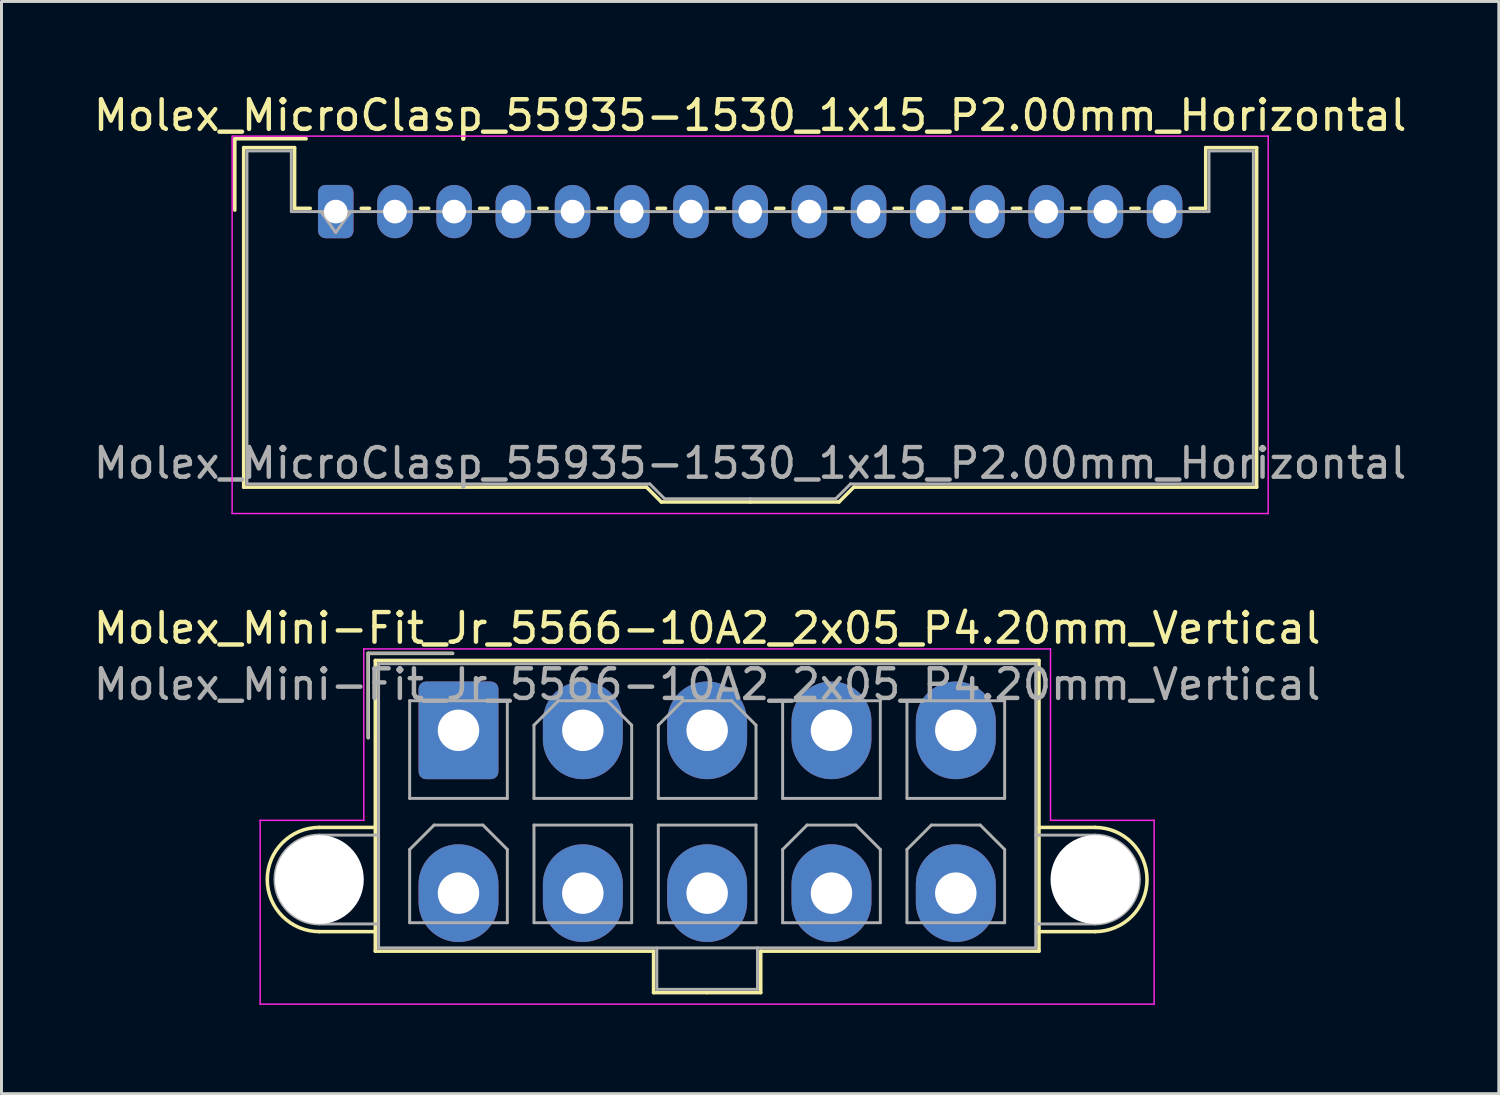
<source format=kicad_pcb>
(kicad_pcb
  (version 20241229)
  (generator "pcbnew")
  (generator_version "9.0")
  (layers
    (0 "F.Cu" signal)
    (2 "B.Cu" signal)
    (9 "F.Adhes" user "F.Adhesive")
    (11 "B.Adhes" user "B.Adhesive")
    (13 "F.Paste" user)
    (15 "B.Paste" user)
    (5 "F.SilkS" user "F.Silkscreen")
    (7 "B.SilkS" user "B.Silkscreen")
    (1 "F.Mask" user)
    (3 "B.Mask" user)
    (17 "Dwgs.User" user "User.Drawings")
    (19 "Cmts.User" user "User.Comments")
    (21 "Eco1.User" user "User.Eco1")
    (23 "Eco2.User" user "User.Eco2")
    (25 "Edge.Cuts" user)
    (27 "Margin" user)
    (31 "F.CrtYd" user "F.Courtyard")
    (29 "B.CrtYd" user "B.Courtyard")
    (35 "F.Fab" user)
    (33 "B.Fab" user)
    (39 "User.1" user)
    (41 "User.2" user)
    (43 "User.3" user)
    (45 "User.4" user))
  (footprint "Molex_Mini-Fit_Jr_5566-10A2_2x05_P4.20mm_Vertical"
    (layer "F.Cu")
    (at 12.439 21.622)
    (property "Reference" "Molex_Mini-Fit_Jr_5566-10A2_2x05_P4.20mm_Vertical" (at 8.4 -3.45 0) (layer "F.SilkS") (effects (font (size 1 1) (thickness 0.15))))
    (attr through_hole)
    (fp_line (start -4.7 3.28) (end -2.81 3.28) (stroke (width 0.12) (type solid)) (layer "F.SilkS"))
    (fp_line (start -4.7 6.8) (end -2.81 6.8) (stroke (width 0.12) (type solid)) (layer "F.SilkS"))
    (fp_line (start -3.05 -2.6) (end -3.05 0.25) (stroke (width 0.12) (type solid)) (layer "F.SilkS"))
    (fp_line (start -2.81 -2.36) (end -2.81 7.46) (stroke (width 0.12) (type solid)) (layer "F.SilkS"))
    (fp_line (start -2.81 7.46) (end 6.59 7.46) (stroke (width 0.12) (type solid)) (layer "F.SilkS"))
    (fp_line (start -0.2 -2.6) (end -3.05 -2.6) (stroke (width 0.12) (type solid)) (layer "F.SilkS"))
    (fp_line (start 6.59 7.46) (end 6.59 8.86) (stroke (width 0.12) (type solid)) (layer "F.SilkS"))
    (fp_line (start 6.59 8.86) (end 8.4 8.86) (stroke (width 0.12) (type solid)) (layer "F.SilkS"))
    (fp_line (start 8.4 -2.36) (end -2.81 -2.36) (stroke (width 0.12) (type solid)) (layer "F.SilkS"))
    (fp_line (start 8.4 -2.36) (end 19.61 -2.36) (stroke (width 0.12) (type solid)) (layer "F.SilkS"))
    (fp_line (start 10.21 7.46) (end 10.21 8.86) (stroke (width 0.12) (type solid)) (layer "F.SilkS"))
    (fp_line (start 10.21 8.86) (end 8.4 8.86) (stroke (width 0.12) (type solid)) (layer "F.SilkS"))
    (fp_line (start 19.61 -2.36) (end 19.61 7.46) (stroke (width 0.12) (type solid)) (layer "F.SilkS"))
    (fp_line (start 19.61 7.46) (end 10.21 7.46) (stroke (width 0.12) (type solid)) (layer "F.SilkS"))
    (fp_line (start 21.5 3.28) (end 19.61 3.28) (stroke (width 0.12) (type solid)) (layer "F.SilkS"))
    (fp_line (start 21.5 6.8) (end 19.61 6.8) (stroke (width 0.12) (type solid)) (layer "F.SilkS"))
    (fp_arc (start -4.7 6.8) (mid -6.46 5.04) (end -4.7 3.28) (stroke (width 0.12) (type solid)) (layer "F.SilkS"))
    (fp_arc (start 21.5 3.28) (mid 23.26 5.04) (end 21.5 6.8) (stroke (width 0.12) (type solid)) (layer "F.SilkS"))
    (fp_line (start -6.7 3.04) (end -6.7 9.25) (stroke (width 0.05) (type solid)) (layer "F.CrtYd"))
    (fp_line (start -6.7 9.25) (end 23.5 9.25) (stroke (width 0.05) (type solid)) (layer "F.CrtYd"))
    (fp_line (start -3.2 -2.75) (end -3.2 3.04) (stroke (width 0.05) (type solid)) (layer "F.CrtYd"))
    (fp_line (start -3.2 3.04) (end -6.7 3.04) (stroke (width 0.05) (type solid)) (layer "F.CrtYd"))
    (fp_line (start 20 -2.75) (end -3.2 -2.75) (stroke (width 0.05) (type solid)) (layer "F.CrtYd"))
    (fp_line (start 20 3.04) (end 20 -2.75) (stroke (width 0.05) (type solid)) (layer "F.CrtYd"))
    (fp_line (start 23.5 3.04) (end 20 3.04) (stroke (width 0.05) (type solid)) (layer "F.CrtYd"))
    (fp_line (start 23.5 9.25) (end 23.5 3.04) (stroke (width 0.05) (type solid)) (layer "F.CrtYd"))
    (fp_line (start -4.7 3.54) (end -2.7 3.54) (stroke (width 0.1) (type solid)) (layer "F.Fab"))
    (fp_line (start -4.7 6.54) (end -2.7 6.54) (stroke (width 0.1) (type solid)) (layer "F.Fab"))
    (fp_line (start -3.05 -2.6) (end -3.05 0.25) (stroke (width 0.1) (type solid)) (layer "F.Fab"))
    (fp_line (start -2.7 -2.25) (end -2.7 7.35) (stroke (width 0.1) (type solid)) (layer "F.Fab"))
    (fp_line (start -2.7 7.35) (end 19.5 7.35) (stroke (width 0.1) (type solid)) (layer "F.Fab"))
    (fp_line (start -1.65 -1) (end -1.65 2.3) (stroke (width 0.1) (type solid)) (layer "F.Fab"))
    (fp_line (start -1.65 2.3) (end 1.65 2.3) (stroke (width 0.1) (type solid)) (layer "F.Fab"))
    (fp_line (start -1.65 4.025) (end -0.825 3.2) (stroke (width 0.1) (type solid)) (layer "F.Fab"))
    (fp_line (start -1.65 6.5) (end -1.65 4.025) (stroke (width 0.1) (type solid)) (layer "F.Fab"))
    (fp_line (start -0.825 3.2) (end 0.825 3.2) (stroke (width 0.1) (type solid)) (layer "F.Fab"))
    (fp_line (start -0.2 -2.6) (end -3.05 -2.6) (stroke (width 0.1) (type solid)) (layer "F.Fab"))
    (fp_line (start 0.825 3.2) (end 1.65 4.025) (stroke (width 0.1) (type solid)) (layer "F.Fab"))
    (fp_line (start 1.65 -1) (end -1.65 -1) (stroke (width 0.1) (type solid)) (layer "F.Fab"))
    (fp_line (start 1.65 2.3) (end 1.65 -1) (stroke (width 0.1) (type solid)) (layer "F.Fab"))
    (fp_line (start 1.65 4.025) (end 1.65 6.5) (stroke (width 0.1) (type solid)) (layer "F.Fab"))
    (fp_line (start 1.65 6.5) (end -1.65 6.5) (stroke (width 0.1) (type solid)) (layer "F.Fab"))
    (fp_line (start 2.55 -0.175) (end 3.375 -1) (stroke (width 0.1) (type solid)) (layer "F.Fab"))
    (fp_line (start 2.55 2.3) (end 2.55 -0.175) (stroke (width 0.1) (type solid)) (layer "F.Fab"))
    (fp_line (start 2.55 3.2) (end 2.55 6.5) (stroke (width 0.1) (type solid)) (layer "F.Fab"))
    (fp_line (start 2.55 6.5) (end 5.85 6.5) (stroke (width 0.1) (type solid)) (layer "F.Fab"))
    (fp_line (start 3.375 -1) (end 5.025 -1) (stroke (width 0.1) (type solid)) (layer "F.Fab"))
    (fp_line (start 5.025 -1) (end 5.85 -0.175) (stroke (width 0.1) (type solid)) (layer "F.Fab"))
    (fp_line (start 5.85 -0.175) (end 5.85 2.3) (stroke (width 0.1) (type solid)) (layer "F.Fab"))
    (fp_line (start 5.85 2.3) (end 2.55 2.3) (stroke (width 0.1) (type solid)) (layer "F.Fab"))
    (fp_line (start 5.85 3.2) (end 2.55 3.2) (stroke (width 0.1) (type solid)) (layer "F.Fab"))
    (fp_line (start 5.85 6.5) (end 5.85 3.2) (stroke (width 0.1) (type solid)) (layer "F.Fab"))
    (fp_line (start 6.7 7.35) (end 6.7 8.75) (stroke (width 0.1) (type solid)) (layer "F.Fab"))
    (fp_line (start 6.7 8.75) (end 10.1 8.75) (stroke (width 0.1) (type solid)) (layer "F.Fab"))
    (fp_line (start 6.75 -0.175) (end 7.575 -1) (stroke (width 0.1) (type solid)) (layer "F.Fab"))
    (fp_line (start 6.75 2.3) (end 6.75 -0.175) (stroke (width 0.1) (type solid)) (layer "F.Fab"))
    (fp_line (start 6.75 3.2) (end 6.75 6.5) (stroke (width 0.1) (type solid)) (layer "F.Fab"))
    (fp_line (start 6.75 6.5) (end 10.05 6.5) (stroke (width 0.1) (type solid)) (layer "F.Fab"))
    (fp_line (start 7.575 -1) (end 9.225 -1) (stroke (width 0.1) (type solid)) (layer "F.Fab"))
    (fp_line (start 9.225 -1) (end 10.05 -0.175) (stroke (width 0.1) (type solid)) (layer "F.Fab"))
    (fp_line (start 10.05 -0.175) (end 10.05 2.3) (stroke (width 0.1) (type solid)) (layer "F.Fab"))
    (fp_line (start 10.05 2.3) (end 6.75 2.3) (stroke (width 0.1) (type solid)) (layer "F.Fab"))
    (fp_line (start 10.05 3.2) (end 6.75 3.2) (stroke (width 0.1) (type solid)) (layer "F.Fab"))
    (fp_line (start 10.05 6.5) (end 10.05 3.2) (stroke (width 0.1) (type solid)) (layer "F.Fab"))
    (fp_line (start 10.1 8.75) (end 10.1 7.35) (stroke (width 0.1) (type solid)) (layer "F.Fab"))
    (fp_line (start 10.95 -1) (end 10.95 2.3) (stroke (width 0.1) (type solid)) (layer "F.Fab"))
    (fp_line (start 10.95 2.3) (end 14.25 2.3) (stroke (width 0.1) (type solid)) (layer "F.Fab"))
    (fp_line (start 10.95 4.025) (end 11.775 3.2) (stroke (width 0.1) (type solid)) (layer "F.Fab"))
    (fp_line (start 10.95 6.5) (end 10.95 4.025) (stroke (width 0.1) (type solid)) (layer "F.Fab"))
    (fp_line (start 11.775 3.2) (end 13.425 3.2) (stroke (width 0.1) (type solid)) (layer "F.Fab"))
    (fp_line (start 13.425 3.2) (end 14.25 4.025) (stroke (width 0.1) (type solid)) (layer "F.Fab"))
    (fp_line (start 14.25 -1) (end 10.95 -1) (stroke (width 0.1) (type solid)) (layer "F.Fab"))
    (fp_line (start 14.25 2.3) (end 14.25 -1) (stroke (width 0.1) (type solid)) (layer "F.Fab"))
    (fp_line (start 14.25 4.025) (end 14.25 6.5) (stroke (width 0.1) (type solid)) (layer "F.Fab"))
    (fp_line (start 14.25 6.5) (end 10.95 6.5) (stroke (width 0.1) (type solid)) (layer "F.Fab"))
    (fp_line (start 15.15 -1) (end 15.15 2.3) (stroke (width 0.1) (type solid)) (layer "F.Fab"))
    (fp_line (start 15.15 2.3) (end 18.45 2.3) (stroke (width 0.1) (type solid)) (layer "F.Fab"))
    (fp_line (start 15.15 4.025) (end 15.975 3.2) (stroke (width 0.1) (type solid)) (layer "F.Fab"))
    (fp_line (start 15.15 6.5) (end 15.15 4.025) (stroke (width 0.1) (type solid)) (layer "F.Fab"))
    (fp_line (start 15.975 3.2) (end 17.625 3.2) (stroke (width 0.1) (type solid)) (layer "F.Fab"))
    (fp_line (start 17.625 3.2) (end 18.45 4.025) (stroke (width 0.1) (type solid)) (layer "F.Fab"))
    (fp_line (start 18.45 -1) (end 15.15 -1) (stroke (width 0.1) (type solid)) (layer "F.Fab"))
    (fp_line (start 18.45 2.3) (end 18.45 -1) (stroke (width 0.1) (type solid)) (layer "F.Fab"))
    (fp_line (start 18.45 4.025) (end 18.45 6.5) (stroke (width 0.1) (type solid)) (layer "F.Fab"))
    (fp_line (start 18.45 6.5) (end 15.15 6.5) (stroke (width 0.1) (type solid)) (layer "F.Fab"))
    (fp_line (start 19.5 -2.25) (end -2.7 -2.25) (stroke (width 0.1) (type solid)) (layer "F.Fab"))
    (fp_line (start 19.5 7.35) (end 19.5 -2.25) (stroke (width 0.1) (type solid)) (layer "F.Fab"))
    (fp_line (start 21.5 3.54) (end 19.5 3.54) (stroke (width 0.1) (type solid)) (layer "F.Fab"))
    (fp_line (start 21.5 6.54) (end 19.5 6.54) (stroke (width 0.1) (type solid)) (layer "F.Fab"))
    (fp_arc (start -4.7 6.54) (mid -6.2 5.04) (end -4.7 3.54) (stroke (width 0.1) (type solid)) (layer "F.Fab"))
    (fp_arc (start 21.5 3.54) (mid 23 5.04) (end 21.5 6.54) (stroke (width 0.1) (type solid)) (layer "F.Fab"))
    (fp_text user "${REFERENCE}" (at 8.4 -1.55 0) (layer "F.Fab") (effects (font (size 1 1) (thickness 0.15))))
    (pad "" np_thru_hole circle (at -4.7 5.04) (size 3 3) (drill 3) (layers "*.Cu" "*.Mask"))
    (pad "" np_thru_hole circle (at 21.5 5.04) (size 3 3) (drill 3) (layers "*.Cu" "*.Mask"))
    (pad "1" thru_hole roundrect (at 0 0) (size 2.7 3.3) (drill 1.4) (layers "*.Cu" "*.Mask") (roundrect_rratio 0.093))
    (pad "2" thru_hole oval (at 4.2 0) (size 2.7 3.3) (drill 1.4) (layers "*.Cu" "*.Mask"))
    (pad "3" thru_hole oval (at 8.4 0) (size 2.7 3.3) (drill 1.4) (layers "*.Cu" "*.Mask"))
    (pad "4" thru_hole oval (at 12.6 0) (size 2.7 3.3) (drill 1.4) (layers "*.Cu" "*.Mask"))
    (pad "5" thru_hole oval (at 16.8 0) (size 2.7 3.3) (drill 1.4) (layers "*.Cu" "*.Mask"))
    (pad "6" thru_hole oval (at 0 5.5) (size 2.7 3.3) (drill 1.4) (layers "*.Cu" "*.Mask"))
    (pad "7" thru_hole oval (at 4.2 5.5) (size 2.7 3.3) (drill 1.4) (layers "*.Cu" "*.Mask"))
    (pad "8" thru_hole oval (at 8.4 5.5) (size 2.7 3.3) (drill 1.4) (layers "*.Cu" "*.Mask"))
    (pad "9" thru_hole oval (at 12.6 5.5) (size 2.7 3.3) (drill 1.4) (layers "*.Cu" "*.Mask"))
    (pad "10" thru_hole oval (at 16.8 5.5) (size 2.7 3.3) (drill 1.4) (layers "*.Cu" "*.Mask")))
  (footprint "Molex_MicroClasp_55935-1530_1x15_P2.00mm_Horizontal"
    (layer "F.Cu")
    (at 8.292 4.098)
    (property "Reference" "Molex_MicroClasp_55935-1530_1x15_P2.00mm_Horizontal" (at 14 -3.25 0) (layer "F.SilkS") (effects (font (size 1 1) (thickness 0.15))))
    (attr through_hole)
    (fp_line (start -3.41 -2.46) (end -1 -2.46) (stroke (width 0.12) (type solid)) (layer "F.SilkS"))
    (fp_line (start -3.41 -0.05) (end -3.41 -2.46) (stroke (width 0.12) (type solid)) (layer "F.SilkS"))
    (fp_line (start -3.11 -2.16) (end -1.39 -2.16) (stroke (width 0.12) (type solid)) (layer "F.SilkS"))
    (fp_line (start -3.11 9.31) (end -3.11 -2.16) (stroke (width 0.12) (type solid)) (layer "F.SilkS"))
    (fp_line (start -1.39 -2.16) (end -1.39 -0.11) (stroke (width 0.12) (type solid)) (layer "F.SilkS"))
    (fp_line (start -1.39 -0.11) (end -0.86 -0.11) (stroke (width 0.12) (type solid)) (layer "F.SilkS"))
    (fp_line (start 0.86 -0.11) (end 1.14 -0.11) (stroke (width 0.12) (type solid)) (layer "F.SilkS"))
    (fp_line (start 2.86 -0.11) (end 3.14 -0.11) (stroke (width 0.12) (type solid)) (layer "F.SilkS"))
    (fp_line (start 4.86 -0.11) (end 5.14 -0.11) (stroke (width 0.12) (type solid)) (layer "F.SilkS"))
    (fp_line (start 6.86 -0.11) (end 7.14 -0.11) (stroke (width 0.12) (type solid)) (layer "F.SilkS"))
    (fp_line (start 8.86 -0.11) (end 9.14 -0.11) (stroke (width 0.12) (type solid)) (layer "F.SilkS"))
    (fp_line (start 10.5 9.31) (end -3.11 9.31) (stroke (width 0.12) (type solid)) (layer "F.SilkS"))
    (fp_line (start 10.86 -0.11) (end 11.14 -0.11) (stroke (width 0.12) (type solid)) (layer "F.SilkS"))
    (fp_line (start 11 9.81) (end 10.5 9.31) (stroke (width 0.12) (type solid)) (layer "F.SilkS"))
    (fp_line (start 12.86 -0.11) (end 13.14 -0.11) (stroke (width 0.12) (type solid)) (layer "F.SilkS"))
    (fp_line (start 14 9.81) (end 11 9.81) (stroke (width 0.12) (type solid)) (layer "F.SilkS"))
    (fp_line (start 14 9.81) (end 17 9.81) (stroke (width 0.12) (type solid)) (layer "F.SilkS"))
    (fp_line (start 14.86 -0.11) (end 15.14 -0.11) (stroke (width 0.12) (type solid)) (layer "F.SilkS"))
    (fp_line (start 16.86 -0.11) (end 17.14 -0.11) (stroke (width 0.12) (type solid)) (layer "F.SilkS"))
    (fp_line (start 17 9.81) (end 17.5 9.31) (stroke (width 0.12) (type solid)) (layer "F.SilkS"))
    (fp_line (start 17.5 9.31) (end 31.11 9.31) (stroke (width 0.12) (type solid)) (layer "F.SilkS"))
    (fp_line (start 18.86 -0.11) (end 19.14 -0.11) (stroke (width 0.12) (type solid)) (layer "F.SilkS"))
    (fp_line (start 20.86 -0.11) (end 21.14 -0.11) (stroke (width 0.12) (type solid)) (layer "F.SilkS"))
    (fp_line (start 22.86 -0.11) (end 23.14 -0.11) (stroke (width 0.12) (type solid)) (layer "F.SilkS"))
    (fp_line (start 24.86 -0.11) (end 25.14 -0.11) (stroke (width 0.12) (type solid)) (layer "F.SilkS"))
    (fp_line (start 26.86 -0.11) (end 27.14 -0.11) (stroke (width 0.12) (type solid)) (layer "F.SilkS"))
    (fp_line (start 29.39 -2.16) (end 29.39 -0.11) (stroke (width 0.12) (type solid)) (layer "F.SilkS"))
    (fp_line (start 29.39 -0.11) (end 28.86 -0.11) (stroke (width 0.12) (type solid)) (layer "F.SilkS"))
    (fp_line (start 31.11 -2.16) (end 29.39 -2.16) (stroke (width 0.12) (type solid)) (layer "F.SilkS"))
    (fp_line (start 31.11 9.31) (end 31.11 -2.16) (stroke (width 0.12) (type solid)) (layer "F.SilkS"))
    (fp_line (start -3.5 -2.55) (end -3.5 10.2) (stroke (width 0.05) (type solid)) (layer "F.CrtYd"))
    (fp_line (start -3.5 10.2) (end 31.5 10.2) (stroke (width 0.05) (type solid)) (layer "F.CrtYd"))
    (fp_line (start 31.5 -2.55) (end -3.5 -2.55) (stroke (width 0.05) (type solid)) (layer "F.CrtYd"))
    (fp_line (start 31.5 10.2) (end 31.5 -2.55) (stroke (width 0.05) (type solid)) (layer "F.CrtYd"))
    (fp_line (start -3 -2.05) (end -1.5 -2.05) (stroke (width 0.1) (type solid)) (layer "F.Fab"))
    (fp_line (start -3 9.2) (end -3 -2.05) (stroke (width 0.1) (type solid)) (layer "F.Fab"))
    (fp_line (start -1.5 -2.05) (end -1.5 0) (stroke (width 0.1) (type solid)) (layer "F.Fab"))
    (fp_line (start -1.5 0) (end 14 0) (stroke (width 0.1) (type solid)) (layer "F.Fab"))
    (fp_line (start -0.5 0) (end 0 0.707) (stroke (width 0.1) (type solid)) (layer "F.Fab"))
    (fp_line (start 0 0.707) (end 0.5 0) (stroke (width 0.1) (type solid)) (layer "F.Fab"))
    (fp_line (start 10.61 9.2) (end -3 9.2) (stroke (width 0.1) (type solid)) (layer "F.Fab"))
    (fp_line (start 11.11 9.7) (end 10.61 9.2) (stroke (width 0.1) (type solid)) (layer "F.Fab"))
    (fp_line (start 14 9.7) (end 11.11 9.7) (stroke (width 0.1) (type solid)) (layer "F.Fab"))
    (fp_line (start 14 9.7) (end 16.89 9.7) (stroke (width 0.1) (type solid)) (layer "F.Fab"))
    (fp_line (start 16.89 9.7) (end 17.39 9.2) (stroke (width 0.1) (type solid)) (layer "F.Fab"))
    (fp_line (start 17.39 9.2) (end 31 9.2) (stroke (width 0.1) (type solid)) (layer "F.Fab"))
    (fp_line (start 29.5 -2.05) (end 29.5 0) (stroke (width 0.1) (type solid)) (layer "F.Fab"))
    (fp_line (start 29.5 0) (end 14 0) (stroke (width 0.1) (type solid)) (layer "F.Fab"))
    (fp_line (start 31 -2.05) (end 29.5 -2.05) (stroke (width 0.1) (type solid)) (layer "F.Fab"))
    (fp_line (start 31 9.2) (end 31 -2.05) (stroke (width 0.1) (type solid)) (layer "F.Fab"))
    (fp_text user "${REFERENCE}" (at 14 8.5 0) (layer "F.Fab") (effects (font (size 1 1) (thickness 0.15))))
    (pad "1" thru_hole roundrect (at 0 0) (size 1.2 1.8) (drill 0.8) (layers "*.Cu" "*.Mask") (roundrect_rratio 0.208))
    (pad "2" thru_hole oval (at 2 0) (size 1.2 1.8) (drill 0.8) (layers "*.Cu" "*.Mask"))
    (pad "3" thru_hole oval (at 4 0) (size 1.2 1.8) (drill 0.8) (layers "*.Cu" "*.Mask"))
    (pad "4" thru_hole oval (at 6 0) (size 1.2 1.8) (drill 0.8) (layers "*.Cu" "*.Mask"))
    (pad "5" thru_hole oval (at 8 0) (size 1.2 1.8) (drill 0.8) (layers "*.Cu" "*.Mask"))
    (pad "6" thru_hole oval (at 10 0) (size 1.2 1.8) (drill 0.8) (layers "*.Cu" "*.Mask"))
    (pad "7" thru_hole oval (at 12 0) (size 1.2 1.8) (drill 0.8) (layers "*.Cu" "*.Mask"))
    (pad "8" thru_hole oval (at 14 0) (size 1.2 1.8) (drill 0.8) (layers "*.Cu" "*.Mask"))
    (pad "9" thru_hole oval (at 16 0) (size 1.2 1.8) (drill 0.8) (layers "*.Cu" "*.Mask"))
    (pad "10" thru_hole oval (at 18 0) (size 1.2 1.8) (drill 0.8) (layers "*.Cu" "*.Mask"))
    (pad "11" thru_hole oval (at 20 0) (size 1.2 1.8) (drill 0.8) (layers "*.Cu" "*.Mask"))
    (pad "12" thru_hole oval (at 22 0) (size 1.2 1.8) (drill 0.8) (layers "*.Cu" "*.Mask"))
    (pad "13" thru_hole oval (at 24 0) (size 1.2 1.8) (drill 0.8) (layers "*.Cu" "*.Mask"))
    (pad "14" thru_hole oval (at 26 0) (size 1.2 1.8) (drill 0.8) (layers "*.Cu" "*.Mask"))
    (pad "15" thru_hole oval (at 28 0) (size 1.2 1.8) (drill 0.8) (layers "*.Cu" "*.Mask")))
  (gr_rect
    (start -3 -3)
    (end 47.583 33.897)
    (stroke (width 0.1) (type default))
    (fill no)
    (layer "Edge.Cuts")))
</source>
